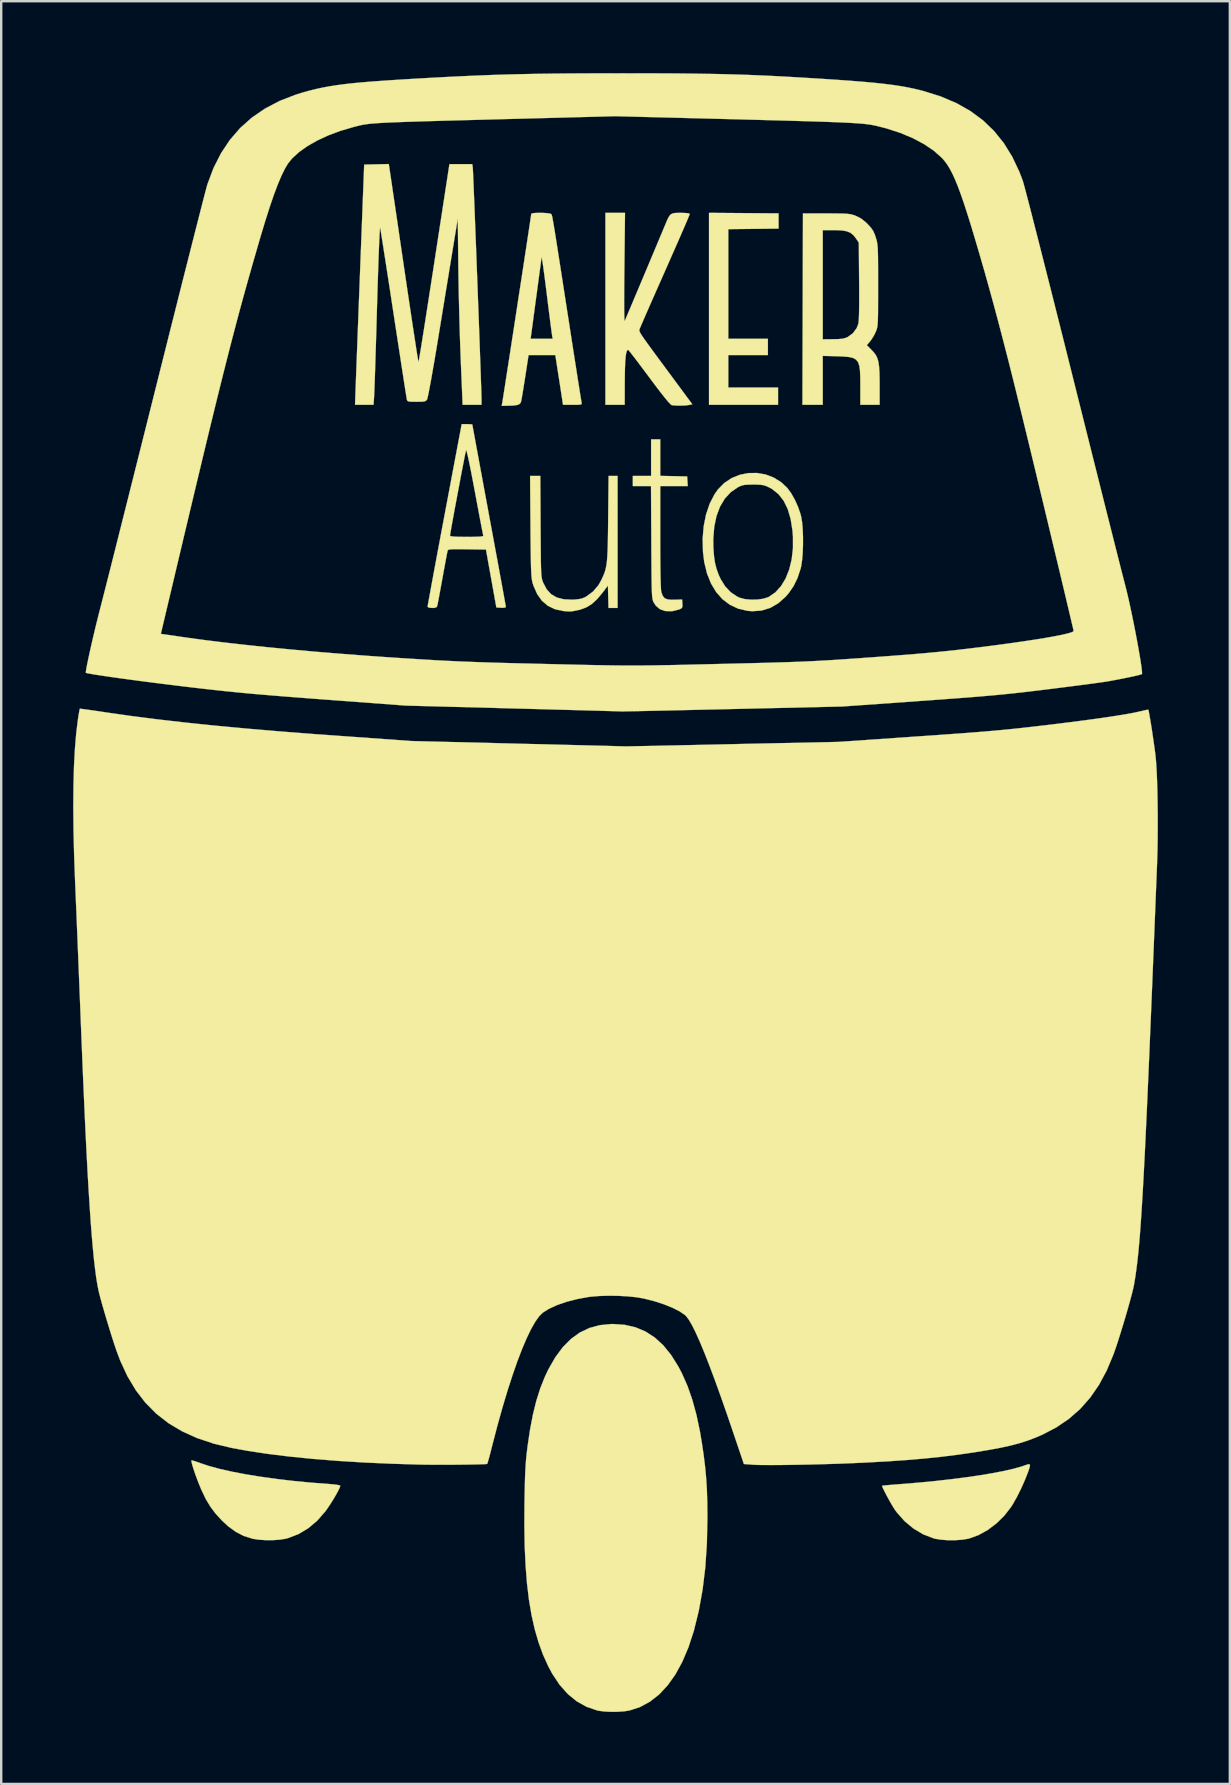
<source format=kicad_pcb>
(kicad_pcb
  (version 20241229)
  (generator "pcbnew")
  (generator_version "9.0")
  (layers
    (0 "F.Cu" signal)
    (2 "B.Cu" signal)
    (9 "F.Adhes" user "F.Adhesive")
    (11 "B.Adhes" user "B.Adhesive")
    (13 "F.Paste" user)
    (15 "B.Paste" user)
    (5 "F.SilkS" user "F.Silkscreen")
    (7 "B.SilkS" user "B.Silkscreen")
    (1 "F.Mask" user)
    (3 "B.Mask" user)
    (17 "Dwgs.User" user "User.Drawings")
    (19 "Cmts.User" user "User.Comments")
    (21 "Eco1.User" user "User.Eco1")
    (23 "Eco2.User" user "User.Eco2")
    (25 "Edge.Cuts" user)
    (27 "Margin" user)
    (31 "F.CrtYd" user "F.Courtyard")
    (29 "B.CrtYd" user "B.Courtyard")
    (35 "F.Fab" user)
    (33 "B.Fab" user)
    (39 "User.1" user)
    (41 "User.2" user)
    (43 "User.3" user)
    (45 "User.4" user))
  (footprint "ma_logo"
    (layer "F.Cu")
    (at 22.606 34.143)
    (property "Reference" "ma_logo" (at 0 0 0) (layer "F.SilkS") (effects (font (size 1.524 1.524) (thickness 0.3))))
    (attr through_hole)
    (fp_poly (pts (xy 6.795 -28.3) (xy 6.795 -27.665) (xy 4.699 -27.642) (xy 4.699 -23.072) (xy 6.35 -23.072) (xy 6.35 -22.394) (xy 4.699 -22.394) (xy 4.699 -21.04) (xy 6.773 -21.04) (xy 6.773 -20.32) (xy 3.895 -20.32) (xy 3.895 -28.322) (xy 6.795 -28.3)) (stroke (width 0.01) (type solid)) (fill yes) (layer "F.SilkS"))
    (fp_poly (pts (xy 1.863 -17.359) (xy 2.424 -17.347) (xy 2.985 -17.335) (xy 2.997 -17.134) (xy 3.01 -16.933) (xy 1.863 -16.933) (xy 1.863 -14.806) (xy 1.864 -14.263) (xy 1.867 -13.787) (xy 1.871 -13.382) (xy 1.878 -13.05) (xy 1.886 -12.795) (xy 1.895 -12.618) (xy 1.907 -12.523) (xy 1.908 -12.517) (xy 1.964 -12.364) (xy 2.039 -12.266) (xy 2.153 -12.214) (xy 2.322 -12.195) (xy 2.447 -12.196) (xy 2.773 -12.206) (xy 2.786 -12.029) (xy 2.788 -11.914) (xy 2.762 -11.851) (xy 2.69 -11.807) (xy 2.659 -11.794) (xy 2.375 -11.72) (xy 2.089 -11.723) (xy 2.061 -11.727) (xy 1.844 -11.805) (xy 1.674 -11.953) (xy 1.587 -12.089) (xy 1.569 -12.128) (xy 1.554 -12.172) (xy 1.541 -12.227) (xy 1.53 -12.302) (xy 1.521 -12.403) (xy 1.514 -12.537) (xy 1.508 -12.711) (xy 1.504 -12.932) (xy 1.5 -13.207) (xy 1.497 -13.544) (xy 1.494 -13.949) (xy 1.491 -14.429) (xy 1.491 -14.594) (xy 1.478 -16.933) (xy 0.72 -16.933) (xy 0.72 -17.357) (xy 1.482 -17.357) (xy 1.482 -18.881) (xy 1.863 -18.881) (xy 1.863 -17.359)) (stroke (width 0.01) (type solid)) (fill yes) (layer "F.SilkS"))
    (fp_poly (pts (xy -17.632 23.68) (xy -17.527 23.711) (xy -17.381 23.761) (xy -17.312 23.787) (xy -16.942 23.911) (xy -16.496 24.032) (xy -15.983 24.147) (xy -15.409 24.257) (xy -14.785 24.358) (xy -14.117 24.451) (xy -13.415 24.533) (xy -12.687 24.603) (xy -11.94 24.66) (xy -11.906 24.663) (xy -11.723 24.679) (xy -11.579 24.699) (xy -11.491 24.72) (xy -11.472 24.734) (xy -11.495 24.807) (xy -11.556 24.935) (xy -11.646 25.1) (xy -11.755 25.288) (xy -11.876 25.481) (xy -11.997 25.663) (xy -12.093 25.797) (xy -12.43 26.184) (xy -12.805 26.502) (xy -13.212 26.746) (xy -13.646 26.913) (xy -13.759 26.943) (xy -13.997 26.981) (xy -14.284 27) (xy -14.589 27) (xy -14.878 26.981) (xy -15.119 26.944) (xy -15.134 26.94) (xy -15.496 26.825) (xy -15.828 26.655) (xy -16.148 26.422) (xy -16.404 26.185) (xy -16.665 25.901) (xy -16.885 25.609) (xy -17.078 25.288) (xy -17.257 24.915) (xy -17.347 24.701) (xy -17.438 24.468) (xy -17.521 24.241) (xy -17.591 24.035) (xy -17.643 23.862) (xy -17.674 23.738) (xy -17.679 23.677) (xy -17.677 23.674) (xy -17.632 23.68)) (stroke (width 0.01) (type solid)) (fill yes) (layer "F.SilkS"))
    (fp_poly (pts (xy 17.274 23.882) (xy 17.254 23.982) (xy 17.197 24.149) (xy 17.185 24.183) (xy 17.052 24.518) (xy 16.896 24.866) (xy 16.73 25.198) (xy 16.566 25.489) (xy 16.489 25.612) (xy 16.206 25.978) (xy 15.875 26.303) (xy 15.51 26.578) (xy 15.127 26.79) (xy 14.738 26.931) (xy 14.69 26.943) (xy 14.44 26.983) (xy 14.147 27.003) (xy 13.84 27.002) (xy 13.55 26.98) (xy 13.305 26.939) (xy 13.262 26.927) (xy 12.825 26.759) (xy 12.415 26.515) (xy 12.041 26.203) (xy 11.712 25.83) (xy 11.664 25.764) (xy 11.589 25.65) (xy 11.499 25.5) (xy 11.402 25.33) (xy 11.306 25.155) (xy 11.221 24.991) (xy 11.154 24.856) (xy 11.116 24.764) (xy 11.11 24.732) (xy 11.154 24.726) (xy 11.269 24.714) (xy 11.442 24.699) (xy 11.66 24.681) (xy 11.91 24.661) (xy 11.933 24.66) (xy 12.646 24.601) (xy 13.337 24.534) (xy 13.997 24.459) (xy 14.621 24.379) (xy 15.2 24.295) (xy 15.728 24.206) (xy 16.197 24.115) (xy 16.6 24.022) (xy 16.93 23.929) (xy 17.083 23.875) (xy 17.192 23.839) (xy 17.255 23.838) (xy 17.274 23.882)) (stroke (width 0.01) (type solid)) (fill yes) (layer "F.SilkS"))
    (fp_poly (pts (xy -3.124 -15.251) (xy -3.121 -14.774) (xy -3.118 -14.375) (xy -3.115 -14.045) (xy -3.112 -13.776) (xy -3.107 -13.561) (xy -3.101 -13.392) (xy -3.093 -13.261) (xy -3.084 -13.161) (xy -3.071 -13.083) (xy -3.056 -13.02) (xy -3.038 -12.964) (xy -3.016 -12.908) (xy -3.011 -12.896) (xy -2.869 -12.628) (xy -2.684 -12.427) (xy -2.45 -12.29) (xy -2.162 -12.215) (xy -1.816 -12.198) (xy -1.757 -12.2) (xy -1.556 -12.217) (xy -1.408 -12.246) (xy -1.283 -12.296) (xy -1.214 -12.334) (xy -0.931 -12.545) (xy -0.707 -12.813) (xy -0.592 -13.019) (xy -0.531 -13.151) (xy -0.479 -13.272) (xy -0.437 -13.392) (xy -0.404 -13.52) (xy -0.377 -13.665) (xy -0.356 -13.836) (xy -0.341 -14.043) (xy -0.329 -14.294) (xy -0.321 -14.599) (xy -0.315 -14.967) (xy -0.309 -15.408) (xy -0.308 -15.589) (xy -0.29 -17.357) (xy 0.085 -17.357) (xy 0.085 -11.853) (xy -0.294 -11.853) (xy -0.306 -12.32) (xy -0.318 -12.786) (xy -0.543 -12.49) (xy -0.767 -12.222) (xy -0.985 -12.022) (xy -1.216 -11.879) (xy -1.48 -11.781) (xy -1.798 -11.716) (xy -1.841 -11.71) (xy -1.929 -11.708) (xy -2.065 -11.715) (xy -2.18 -11.726) (xy -2.525 -11.801) (xy -2.82 -11.942) (xy -3.067 -12.152) (xy -3.267 -12.432) (xy -3.421 -12.782) (xy -3.459 -12.9) (xy -3.475 -12.966) (xy -3.489 -13.046) (xy -3.501 -13.148) (xy -3.511 -13.279) (xy -3.519 -13.446) (xy -3.526 -13.658) (xy -3.531 -13.923) (xy -3.536 -14.247) (xy -3.541 -14.638) (xy -3.545 -15.104) (xy -3.546 -15.251) (xy -3.562 -17.357) (xy -3.136 -17.357) (xy -3.124 -15.251)) (stroke (width 0.01) (type solid)) (fill yes) (layer "F.SilkS"))
    (fp_poly (pts (xy 0.386 18.026) (xy 0.838 18.131) (xy 1.254 18.307) (xy 1.638 18.557) (xy 1.992 18.883) (xy 2.318 19.286) (xy 2.62 19.768) (xy 2.765 20.045) (xy 2.996 20.567) (xy 3.197 21.14) (xy 3.37 21.771) (xy 3.518 22.471) (xy 3.598 22.945) (xy 3.675 23.471) (xy 3.734 23.958) (xy 3.778 24.428) (xy 3.807 24.906) (xy 3.823 25.416) (xy 3.829 25.983) (xy 3.829 26.077) (xy 3.807 27.138) (xy 3.741 28.132) (xy 3.628 29.064) (xy 3.47 29.942) (xy 3.266 30.77) (xy 3.257 30.8) (xy 3.037 31.471) (xy 2.782 32.071) (xy 2.494 32.598) (xy 2.172 33.051) (xy 1.82 33.429) (xy 1.436 33.73) (xy 1.023 33.954) (xy 0.592 34.097) (xy 0.366 34.134) (xy 0.09 34.153) (xy -0.202 34.156) (xy -0.481 34.141) (xy -0.716 34.109) (xy -0.762 34.099) (xy -1.205 33.948) (xy -1.614 33.72) (xy -1.989 33.414) (xy -2.33 33.031) (xy -2.637 32.57) (xy -2.807 32.253) (xy -3.022 31.775) (xy -3.208 31.266) (xy -3.367 30.72) (xy -3.5 30.132) (xy -3.608 29.494) (xy -3.691 28.803) (xy -3.75 28.051) (xy -3.787 27.234) (xy -3.801 26.345) (xy -3.796 25.485) (xy -3.788 25.04) (xy -3.78 24.666) (xy -3.771 24.35) (xy -3.759 24.079) (xy -3.745 23.838) (xy -3.727 23.615) (xy -3.704 23.396) (xy -3.677 23.167) (xy -3.668 23.093) (xy -3.564 22.392) (xy -3.444 21.765) (xy -3.304 21.198) (xy -3.141 20.683) (xy -2.953 20.207) (xy -2.799 19.881) (xy -2.512 19.38) (xy -2.2 18.958) (xy -1.861 18.615) (xy -1.492 18.349) (xy -1.091 18.157) (xy -0.655 18.039) (xy -0.183 17.993) (xy -0.103 17.992) (xy 0.386 18.026)) (stroke (width 0.01) (type solid)) (fill yes) (layer "F.SilkS"))
    (fp_poly (pts (xy 6.256 -17.416) (xy 6.597 -17.286) (xy 6.911 -17.089) (xy 7.155 -16.859) (xy 7.317 -16.64) (xy 7.472 -16.365) (xy 7.608 -16.063) (xy 7.711 -15.763) (xy 7.733 -15.675) (xy 7.774 -15.438) (xy 7.8 -15.144) (xy 7.813 -14.814) (xy 7.813 -14.471) (xy 7.8 -14.137) (xy 7.774 -13.833) (xy 7.735 -13.581) (xy 7.714 -13.492) (xy 7.583 -13.097) (xy 7.42 -12.763) (xy 7.215 -12.468) (xy 7.082 -12.315) (xy 6.776 -12.045) (xy 6.445 -11.855) (xy 6.089 -11.746) (xy 5.706 -11.717) (xy 5.501 -11.733) (xy 5.114 -11.823) (xy 4.765 -11.986) (xy 4.457 -12.218) (xy 4.194 -12.516) (xy 3.978 -12.876) (xy 3.811 -13.294) (xy 3.696 -13.767) (xy 3.644 -14.186) (xy 3.63 -14.734) (xy 4.073 -14.734) (xy 4.077 -14.393) (xy 4.101 -14.039) (xy 4.143 -13.744) (xy 4.209 -13.481) (xy 4.303 -13.225) (xy 4.383 -13.053) (xy 4.568 -12.754) (xy 4.803 -12.507) (xy 5.073 -12.326) (xy 5.177 -12.279) (xy 5.387 -12.223) (xy 5.638 -12.199) (xy 5.902 -12.203) (xy 6.15 -12.237) (xy 6.352 -12.298) (xy 6.386 -12.314) (xy 6.66 -12.503) (xy 6.895 -12.762) (xy 7.089 -13.082) (xy 7.238 -13.456) (xy 7.341 -13.877) (xy 7.394 -14.337) (xy 7.394 -14.83) (xy 7.374 -15.082) (xy 7.298 -15.564) (xy 7.176 -15.976) (xy 7.008 -16.319) (xy 6.792 -16.596) (xy 6.528 -16.808) (xy 6.398 -16.88) (xy 6.276 -16.935) (xy 6.166 -16.97) (xy 6.042 -16.988) (xy 5.877 -16.996) (xy 5.736 -16.997) (xy 5.532 -16.994) (xy 5.387 -16.984) (xy 5.276 -16.961) (xy 5.174 -16.922) (xy 5.099 -16.884) (xy 4.802 -16.68) (xy 4.553 -16.409) (xy 4.354 -16.076) (xy 4.207 -15.683) (xy 4.113 -15.234) (xy 4.073 -14.734) (xy 3.63 -14.734) (xy 3.63 -14.735) (xy 3.674 -15.26) (xy 3.772 -15.751) (xy 3.922 -16.196) (xy 4.123 -16.587) (xy 4.269 -16.795) (xy 4.534 -17.064) (xy 4.841 -17.267) (xy 5.179 -17.404) (xy 5.535 -17.475) (xy 5.897 -17.479) (xy 6.256 -17.416)) (stroke (width 0.01) (type solid)) (fill yes) (layer "F.SilkS"))
    (fp_poly (pts (xy 0.368 -26.024) (xy 0.363 -25.509) (xy 0.36 -25.055) (xy 0.358 -24.666) (xy 0.359 -24.346) (xy 0.362 -24.097) (xy 0.367 -23.924) (xy 0.374 -23.828) (xy 0.381 -23.812) (xy 0.405 -23.866) (xy 0.457 -23.989) (xy 0.534 -24.172) (xy 0.633 -24.405) (xy 0.749 -24.681) (xy 0.879 -24.989) (xy 1.019 -25.32) (xy 1.164 -25.666) (xy 1.312 -26.017) (xy 1.458 -26.365) (xy 1.599 -26.7) (xy 1.73 -27.013) (xy 1.848 -27.295) (xy 1.95 -27.537) (xy 2.03 -27.729) (xy 2.065 -27.813) (xy 2.152 -28.02) (xy 2.222 -28.161) (xy 2.292 -28.25) (xy 2.376 -28.297) (xy 2.491 -28.317) (xy 2.653 -28.321) (xy 2.716 -28.321) (xy 2.885 -28.317) (xy 3.013 -28.305) (xy 3.083 -28.289) (xy 3.09 -28.281) (xy 3.084 -28.254) (xy 3.062 -28.195) (xy 3.024 -28.1) (xy 2.967 -27.965) (xy 2.89 -27.784) (xy 2.79 -27.555) (xy 2.667 -27.271) (xy 2.517 -26.93) (xy 2.339 -26.526) (xy 2.132 -26.056) (xy 1.893 -25.515) (xy 1.767 -25.231) (xy 1.61 -24.876) (xy 1.463 -24.542) (xy 1.33 -24.239) (xy 1.215 -23.975) (xy 1.121 -23.758) (xy 1.051 -23.596) (xy 1.01 -23.498) (xy 1.001 -23.474) (xy 0.994 -23.447) (xy 0.992 -23.419) (xy 0.999 -23.384) (xy 1.02 -23.336) (xy 1.059 -23.268) (xy 1.12 -23.174) (xy 1.206 -23.049) (xy 1.323 -22.886) (xy 1.473 -22.68) (xy 1.662 -22.423) (xy 1.892 -22.111) (xy 2.168 -21.738) (xy 3.201 -20.341) (xy 3.05 -20.312) (xy 2.901 -20.294) (xy 2.711 -20.287) (xy 2.519 -20.29) (xy 2.364 -20.303) (xy 2.342 -20.307) (xy 2.288 -20.346) (xy 2.189 -20.452) (xy 2.045 -20.626) (xy 1.855 -20.867) (xy 1.619 -21.178) (xy 1.411 -21.457) (xy 1.209 -21.728) (xy 1.022 -21.977) (xy 0.857 -22.196) (xy 0.718 -22.376) (xy 0.614 -22.51) (xy 0.549 -22.589) (xy 0.531 -22.608) (xy 0.488 -22.597) (xy 0.453 -22.518) (xy 0.425 -22.367) (xy 0.405 -22.143) (xy 0.392 -21.841) (xy 0.385 -21.459) (xy 0.384 -21.304) (xy 0.381 -20.32) (xy -0.423 -20.32) (xy -0.423 -28.321) (xy 0.394 -28.321) (xy 0.368 -26.024)) (stroke (width 0.01) (type solid)) (fill yes) (layer "F.SilkS"))
    (fp_poly (pts (xy 8.784 -28.298) (xy 9.1 -28.297) (xy 9.343 -28.294) (xy 9.529 -28.289) (xy 9.669 -28.28) (xy 9.777 -28.267) (xy 9.865 -28.247) (xy 9.948 -28.221) (xy 10.012 -28.197) (xy 10.218 -28.095) (xy 10.413 -27.945) (xy 10.507 -27.854) (xy 10.643 -27.705) (xy 10.735 -27.573) (xy 10.804 -27.422) (xy 10.845 -27.299) (xy 10.87 -27.218) (xy 10.89 -27.142) (xy 10.906 -27.061) (xy 10.918 -26.966) (xy 10.928 -26.847) (xy 10.934 -26.695) (xy 10.939 -26.502) (xy 10.941 -26.257) (xy 10.943 -25.953) (xy 10.943 -25.578) (xy 10.943 -25.294) (xy 10.943 -24.871) (xy 10.942 -24.523) (xy 10.941 -24.242) (xy 10.938 -24.019) (xy 10.933 -23.846) (xy 10.926 -23.714) (xy 10.916 -23.613) (xy 10.903 -23.535) (xy 10.886 -23.471) (xy 10.865 -23.412) (xy 10.848 -23.368) (xy 10.767 -23.203) (xy 10.667 -23.042) (xy 10.612 -22.97) (xy 10.473 -22.806) (xy 10.673 -22.605) (xy 10.776 -22.494) (xy 10.855 -22.383) (xy 10.914 -22.26) (xy 10.956 -22.111) (xy 10.983 -21.924) (xy 10.999 -21.686) (xy 11.006 -21.386) (xy 11.007 -21.138) (xy 11.007 -20.32) (xy 10.202 -20.32) (xy 10.202 -21.105) (xy 10.2 -21.457) (xy 10.189 -21.733) (xy 10.16 -21.944) (xy 10.108 -22.098) (xy 10.023 -22.205) (xy 9.9 -22.273) (xy 9.731 -22.313) (xy 9.508 -22.334) (xy 9.223 -22.344) (xy 9.218 -22.345) (xy 8.636 -22.36) (xy 8.636 -20.32) (xy 7.789 -20.32) (xy 7.8 -24.31) (xy 7.809 -27.601) (xy 8.636 -27.601) (xy 8.636 -25.326) (xy 8.636 -23.05) (xy 9.07 -23.055) (xy 9.288 -23.06) (xy 9.444 -23.074) (xy 9.563 -23.1) (xy 9.666 -23.142) (xy 9.681 -23.15) (xy 9.892 -23.303) (xy 10.048 -23.515) (xy 10.116 -23.686) (xy 10.13 -23.77) (xy 10.141 -23.918) (xy 10.149 -24.132) (xy 10.153 -24.417) (xy 10.155 -24.777) (xy 10.154 -25.215) (xy 10.152 -25.467) (xy 10.139 -27.078) (xy 10.022 -27.254) (xy 9.913 -27.393) (xy 9.789 -27.491) (xy 9.633 -27.554) (xy 9.428 -27.589) (xy 9.16 -27.601) (xy 9.103 -27.601) (xy 8.636 -27.601) (xy 7.809 -27.601) (xy 7.811 -28.3) (xy 8.784 -28.298)) (stroke (width 0.01) (type solid)) (fill yes) (layer "F.SilkS"))
    (fp_poly (pts (xy -6.067 -19.512) (xy -5.986 -19.503) (xy -5.969 -19.495) (xy -5.961 -19.451) (xy -5.94 -19.33) (xy -5.904 -19.138) (xy -5.857 -18.88) (xy -5.799 -18.562) (xy -5.73 -18.191) (xy -5.653 -17.771) (xy -5.567 -17.31) (xy -5.476 -16.813) (xy -5.378 -16.285) (xy -5.276 -15.734) (xy -5.271 -15.706) (xy -5.168 -15.152) (xy -5.07 -14.622) (xy -4.978 -14.122) (xy -4.892 -13.657) (xy -4.814 -13.233) (xy -4.745 -12.857) (xy -4.686 -12.534) (xy -4.638 -12.27) (xy -4.603 -12.071) (xy -4.58 -11.944) (xy -4.572 -11.893) (xy -4.572 -11.893) (xy -4.611 -11.868) (xy -4.714 -11.859) (xy -4.77 -11.862) (xy -4.968 -11.874) (xy -5.401 -14.287) (xy -6.19 -14.299) (xy -6.468 -14.302) (xy -6.672 -14.303) (xy -6.815 -14.3) (xy -6.908 -14.292) (xy -6.963 -14.278) (xy -6.99 -14.258) (xy -7 -14.236) (xy -7.014 -14.175) (xy -7.04 -14.043) (xy -7.076 -13.851) (xy -7.12 -13.612) (xy -7.171 -13.338) (xy -7.217 -13.081) (xy -7.271 -12.786) (xy -7.321 -12.516) (xy -7.364 -12.283) (xy -7.399 -12.099) (xy -7.424 -11.976) (xy -7.434 -11.927) (xy -7.473 -11.878) (xy -7.562 -11.856) (xy -7.644 -11.853) (xy -7.775 -11.865) (xy -7.832 -11.898) (xy -7.834 -11.906) (xy -7.827 -11.955) (xy -7.805 -12.08) (xy -7.769 -12.278) (xy -7.721 -12.54) (xy -7.662 -12.862) (xy -7.593 -13.237) (xy -7.514 -13.659) (xy -7.428 -14.124) (xy -7.334 -14.623) (xy -7.289 -14.866) (xy -6.9 -14.866) (xy -6.873 -14.846) (xy -6.786 -14.832) (xy -6.633 -14.822) (xy -6.407 -14.818) (xy -6.197 -14.817) (xy -5.928 -14.818) (xy -5.733 -14.823) (xy -5.605 -14.832) (xy -5.535 -14.845) (xy -5.512 -14.864) (xy -5.513 -14.87) (xy -5.525 -14.921) (xy -5.55 -15.047) (xy -5.587 -15.239) (xy -5.635 -15.487) (xy -5.691 -15.784) (xy -5.754 -16.119) (xy -5.823 -16.485) (xy -5.866 -16.715) (xy -5.949 -17.157) (xy -6.023 -17.54) (xy -6.088 -17.86) (xy -6.141 -18.113) (xy -6.184 -18.295) (xy -6.213 -18.403) (xy -6.23 -18.431) (xy -6.231 -18.429) (xy -6.244 -18.374) (xy -6.271 -18.246) (xy -6.309 -18.057) (xy -6.356 -17.816) (xy -6.41 -17.536) (xy -6.469 -17.225) (xy -6.531 -16.896) (xy -6.595 -16.559) (xy -6.657 -16.225) (xy -6.717 -15.905) (xy -6.771 -15.609) (xy -6.819 -15.348) (xy -6.857 -15.132) (xy -6.884 -14.974) (xy -6.899 -14.882) (xy -6.9 -14.866) (xy -7.289 -14.866) (xy -7.235 -15.153) (xy -7.131 -15.706) (xy -7.125 -15.737) (xy -6.413 -19.515) (xy -6.191 -19.515) (xy -6.067 -19.512)) (stroke (width 0.01) (type solid)) (fill yes) (layer "F.SilkS"))
    (fp_poly (pts (xy -3.072 -28.321) (xy -2.915 -28.314) (xy -2.782 -28.3) (xy -2.696 -28.28) (xy -2.678 -28.268) (xy -2.671 -28.257) (xy -2.663 -28.242) (xy -2.655 -28.217) (xy -2.645 -28.178) (xy -2.632 -28.12) (xy -2.617 -28.038) (xy -2.597 -27.928) (xy -2.573 -27.785) (xy -2.543 -27.605) (xy -2.507 -27.382) (xy -2.464 -27.112) (xy -2.414 -26.791) (xy -2.355 -26.413) (xy -2.286 -25.974) (xy -2.208 -25.47) (xy -2.119 -24.895) (xy -2.018 -24.245) (xy -1.924 -23.643) (xy -1.846 -23.137) (xy -1.771 -22.653) (xy -1.7 -22.199) (xy -1.634 -21.781) (xy -1.576 -21.406) (xy -1.524 -21.081) (xy -1.482 -20.813) (xy -1.449 -20.608) (xy -1.427 -20.474) (xy -1.417 -20.416) (xy -1.417 -20.415) (xy -1.41 -20.371) (xy -1.425 -20.343) (xy -1.476 -20.328) (xy -1.578 -20.321) (xy -1.747 -20.32) (xy -1.792 -20.32) (xy -2.189 -20.32) (xy -2.259 -20.775) (xy -2.294 -21.002) (xy -2.336 -21.276) (xy -2.381 -21.563) (xy -2.42 -21.812) (xy -2.511 -22.394) (xy -3.625 -22.394) (xy -3.764 -21.495) (xy -3.807 -21.221) (xy -3.848 -20.968) (xy -3.883 -20.751) (xy -3.912 -20.585) (xy -3.93 -20.484) (xy -3.934 -20.468) (xy -3.965 -20.391) (xy -4.024 -20.339) (xy -4.127 -20.307) (xy -4.288 -20.289) (xy -4.48 -20.283) (xy -4.748 -20.278) (xy -4.724 -20.394) (xy -4.714 -20.454) (xy -4.692 -20.59) (xy -4.66 -20.793) (xy -4.618 -21.058) (xy -4.569 -21.378) (xy -4.512 -21.744) (xy -4.449 -22.15) (xy -4.381 -22.589) (xy -4.31 -23.053) (xy -4.307 -23.072) (xy -3.54 -23.072) (xy -2.618 -23.072) (xy -2.641 -23.188) (xy -2.651 -23.255) (xy -2.671 -23.396) (xy -2.698 -23.602) (xy -2.731 -23.862) (xy -2.77 -24.166) (xy -2.813 -24.504) (xy -2.858 -24.868) (xy -2.866 -24.934) (xy -2.911 -25.291) (xy -2.953 -25.617) (xy -2.991 -25.903) (xy -3.024 -26.14) (xy -3.051 -26.322) (xy -3.07 -26.438) (xy -3.08 -26.482) (xy -3.081 -26.48) (xy -3.089 -26.42) (xy -3.108 -26.286) (xy -3.134 -26.087) (xy -3.169 -25.833) (xy -3.209 -25.533) (xy -3.254 -25.197) (xy -3.303 -24.835) (xy -3.317 -24.733) (xy -3.54 -23.072) (xy -4.307 -23.072) (xy -4.235 -23.536) (xy -4.159 -24.031) (xy -4.083 -24.53) (xy -4.007 -25.026) (xy -3.932 -25.512) (xy -3.86 -25.981) (xy -3.792 -26.427) (xy -3.729 -26.84) (xy -3.672 -27.216) (xy -3.622 -27.546) (xy -3.58 -27.824) (xy -3.548 -28.041) (xy -3.525 -28.193) (xy -3.515 -28.27) (xy -3.514 -28.278) (xy -3.475 -28.3) (xy -3.374 -28.315) (xy -3.233 -28.322) (xy -3.072 -28.321)) (stroke (width 0.01) (type solid)) (fill yes) (layer "F.SilkS"))
    (fp_poly (pts (xy -9.43 -30.217) (xy -9.421 -30.156) (xy -9.4 -30.017) (xy -9.369 -29.806) (xy -9.328 -29.53) (xy -9.279 -29.193) (xy -9.221 -28.804) (xy -9.157 -28.366) (xy -9.086 -27.887) (xy -9.011 -27.372) (xy -8.931 -26.828) (xy -8.847 -26.26) (xy -8.822 -26.088) (xy -8.738 -25.518) (xy -8.657 -24.972) (xy -8.58 -24.456) (xy -8.508 -23.976) (xy -8.442 -23.538) (xy -8.382 -23.147) (xy -8.33 -22.809) (xy -8.287 -22.53) (xy -8.252 -22.315) (xy -8.228 -22.171) (xy -8.215 -22.103) (xy -8.213 -22.098) (xy -8.204 -22.139) (xy -8.183 -22.258) (xy -8.151 -22.449) (xy -8.108 -22.708) (xy -8.057 -23.027) (xy -7.997 -23.402) (xy -7.93 -23.826) (xy -7.857 -24.295) (xy -7.778 -24.802) (xy -7.694 -25.343) (xy -7.606 -25.91) (xy -7.558 -26.226) (xy -6.924 -30.353) (xy -6.448 -30.353) (xy -5.973 -30.353) (xy -5.952 -30.215) (xy -5.948 -30.157) (xy -5.941 -30.021) (xy -5.932 -29.814) (xy -5.92 -29.541) (xy -5.907 -29.211) (xy -5.891 -28.828) (xy -5.874 -28.401) (xy -5.856 -27.936) (xy -5.837 -27.438) (xy -5.816 -26.916) (xy -5.796 -26.374) (xy -5.775 -25.821) (xy -5.753 -25.263) (xy -5.733 -24.705) (xy -5.712 -24.156) (xy -5.692 -23.62) (xy -5.673 -23.106) (xy -5.656 -22.619) (xy -5.64 -22.167) (xy -5.625 -21.755) (xy -5.613 -21.391) (xy -5.602 -21.081) (xy -5.594 -20.831) (xy -5.589 -20.649) (xy -5.587 -20.54) (xy -5.587 -20.521) (xy -5.588 -20.32) (xy -6.374 -20.32) (xy -6.452 -22.193) (xy -6.47 -22.665) (xy -6.488 -23.199) (xy -6.505 -23.773) (xy -6.52 -24.364) (xy -6.534 -24.95) (xy -6.544 -25.508) (xy -6.552 -26.016) (xy -6.553 -26.077) (xy -6.576 -28.088) (xy -6.78 -26.839) (xy -6.827 -26.555) (xy -6.885 -26.201) (xy -6.952 -25.789) (xy -7.027 -25.332) (xy -7.107 -24.845) (xy -7.19 -24.339) (xy -7.273 -23.828) (xy -7.356 -23.325) (xy -7.39 -23.114) (xy -7.469 -22.636) (xy -7.544 -22.191) (xy -7.615 -21.785) (xy -7.678 -21.424) (xy -7.735 -21.116) (xy -7.782 -20.866) (xy -7.82 -20.683) (xy -7.846 -20.572) (xy -7.857 -20.542) (xy -7.894 -20.497) (xy -7.944 -20.468) (xy -8.028 -20.453) (xy -8.164 -20.448) (xy -8.298 -20.447) (xy -8.478 -20.448) (xy -8.592 -20.455) (xy -8.655 -20.471) (xy -8.685 -20.501) (xy -8.699 -20.542) (xy -8.708 -20.598) (xy -8.73 -20.731) (xy -8.762 -20.935) (xy -8.804 -21.203) (xy -8.854 -21.53) (xy -8.913 -21.909) (xy -8.978 -22.333) (xy -9.049 -22.796) (xy -9.125 -23.291) (xy -9.205 -23.813) (xy -9.25 -24.109) (xy -9.332 -24.643) (xy -9.41 -25.156) (xy -9.485 -25.64) (xy -9.554 -26.088) (xy -9.618 -26.496) (xy -9.674 -26.855) (xy -9.722 -27.16) (xy -9.761 -27.404) (xy -9.79 -27.581) (xy -9.808 -27.683) (xy -9.812 -27.706) (xy -9.819 -27.685) (xy -9.827 -27.585) (xy -9.837 -27.412) (xy -9.848 -27.172) (xy -9.861 -26.871) (xy -9.875 -26.515) (xy -9.889 -26.108) (xy -9.904 -25.658) (xy -9.92 -25.171) (xy -9.935 -24.651) (xy -9.941 -24.468) (xy -9.956 -23.93) (xy -9.971 -23.41) (xy -9.986 -22.913) (xy -10.001 -22.448) (xy -10.014 -22.022) (xy -10.026 -21.641) (xy -10.038 -21.314) (xy -10.047 -21.048) (xy -10.055 -20.85) (xy -10.061 -20.728) (xy -10.061 -20.712) (xy -10.087 -20.32) (xy -10.858 -20.32) (xy -10.844 -20.733) (xy -10.841 -20.831) (xy -10.834 -21.007) (xy -10.825 -21.256) (xy -10.813 -21.572) (xy -10.799 -21.947) (xy -10.782 -22.377) (xy -10.764 -22.854) (xy -10.744 -23.374) (xy -10.723 -23.929) (xy -10.701 -24.514) (xy -10.677 -25.122) (xy -10.654 -25.739) (xy -10.477 -30.332) (xy -9.452 -30.356) (xy -9.43 -30.217)) (stroke (width 0.01) (type solid)) (fill yes) (layer "F.SilkS"))
    (fp_poly (pts (xy -22.287 -7.651) (xy -22.172 -7.636) (xy -21.995 -7.612) (xy -21.767 -7.58) (xy -21.499 -7.541) (xy -21.204 -7.496) (xy -20.209 -7.354) (xy -19.136 -7.216) (xy -17.984 -7.083) (xy -16.753 -6.955) (xy -15.441 -6.832) (xy -14.047 -6.713) (xy -12.569 -6.598) (xy -12.052 -6.561) (xy -8.53 -6.308) (xy -4.043 -6.196) (xy 0.445 -6.083) (xy 9.292 -6.271) (xy 12.636 -6.502) (xy 13.294 -6.547) (xy 13.877 -6.589) (xy 14.396 -6.626) (xy 14.861 -6.662) (xy 15.282 -6.695) (xy 15.67 -6.728) (xy 16.035 -6.761) (xy 16.388 -6.795) (xy 16.737 -6.831) (xy 17.094 -6.87) (xy 17.469 -6.913) (xy 17.872 -6.96) (xy 18.098 -6.987) (xy 18.889 -7.085) (xy 19.597 -7.176) (xy 20.222 -7.262) (xy 20.763 -7.342) (xy 21.221 -7.416) (xy 21.595 -7.484) (xy 21.884 -7.547) (xy 21.944 -7.561) (xy 22.077 -7.593) (xy 22.172 -7.611) (xy 22.205 -7.612) (xy 22.219 -7.564) (xy 22.242 -7.446) (xy 22.273 -7.272) (xy 22.309 -7.056) (xy 22.348 -6.812) (xy 22.387 -6.553) (xy 22.425 -6.294) (xy 22.46 -6.049) (xy 22.489 -5.831) (xy 22.503 -5.715) (xy 22.529 -5.441) (xy 22.551 -5.095) (xy 22.569 -4.689) (xy 22.583 -4.237) (xy 22.592 -3.75) (xy 22.598 -3.242) (xy 22.598 -2.725) (xy 22.595 -2.212) (xy 22.586 -1.715) (xy 22.572 -1.246) (xy 22.569 -1.163) (xy 22.513 0.235) (xy 22.46 1.552) (xy 22.41 2.79) (xy 22.363 3.952) (xy 22.318 5.041) (xy 22.275 6.059) (xy 22.235 7.009) (xy 22.196 7.895) (xy 22.16 8.718) (xy 22.125 9.482) (xy 22.092 10.19) (xy 22.06 10.844) (xy 22.029 11.448) (xy 22 12.003) (xy 21.971 12.513) (xy 21.943 12.981) (xy 21.916 13.41) (xy 21.889 13.802) (xy 21.863 14.16) (xy 21.837 14.487) (xy 21.81 14.786) (xy 21.784 15.059) (xy 21.757 15.31) (xy 21.73 15.541) (xy 21.702 15.756) (xy 21.674 15.956) (xy 21.645 16.145) (xy 21.614 16.325) (xy 21.608 16.362) (xy 21.572 16.53) (xy 21.514 16.763) (xy 21.437 17.048) (xy 21.347 17.369) (xy 21.248 17.711) (xy 21.143 18.061) (xy 21.037 18.404) (xy 20.936 18.725) (xy 20.841 19.009) (xy 20.759 19.241) (xy 20.752 19.262) (xy 20.469 19.934) (xy 20.146 20.534) (xy 19.779 21.065) (xy 19.364 21.534) (xy 18.898 21.943) (xy 18.374 22.299) (xy 17.79 22.604) (xy 17.493 22.731) (xy 17.168 22.854) (xy 16.835 22.96) (xy 16.476 23.055) (xy 16.071 23.144) (xy 15.602 23.232) (xy 15.557 23.24) (xy 14.902 23.348) (xy 14.246 23.442) (xy 13.579 23.525) (xy 12.886 23.597) (xy 12.155 23.659) (xy 11.374 23.714) (xy 10.53 23.761) (xy 9.906 23.79) (xy 9.491 23.807) (xy 9.052 23.822) (xy 8.6 23.835) (xy 8.145 23.847) (xy 7.698 23.856) (xy 7.27 23.863) (xy 6.871 23.868) (xy 6.512 23.87) (xy 6.203 23.869) (xy 5.955 23.866) (xy 5.78 23.859) (xy 5.754 23.857) (xy 5.349 23.827) (xy 4.953 22.656) (xy 4.66 21.795) (xy 4.387 21.015) (xy 4.135 20.317) (xy 3.903 19.699) (xy 3.692 19.161) (xy 3.5 18.702) (xy 3.329 18.323) (xy 3.177 18.021) (xy 3.045 17.798) (xy 2.932 17.652) (xy 2.895 17.618) (xy 2.666 17.462) (xy 2.365 17.31) (xy 2.005 17.166) (xy 1.6 17.036) (xy 1.172 16.928) (xy 0.869 16.876) (xy 0.507 16.839) (xy 0.111 16.817) (xy -0.294 16.812) (xy -0.682 16.824) (xy -1.03 16.853) (xy -1.125 16.865) (xy -1.599 16.952) (xy -2.042 17.066) (xy -2.44 17.203) (xy -2.779 17.359) (xy -3.027 17.514) (xy -3.181 17.665) (xy -3.346 17.897) (xy -3.522 18.205) (xy -3.706 18.587) (xy -3.898 19.038) (xy -4.096 19.556) (xy -4.298 20.136) (xy -4.505 20.776) (xy -4.713 21.471) (xy -4.922 22.218) (xy -5.13 23.015) (xy -5.181 23.216) (xy -5.235 23.427) (xy -5.283 23.607) (xy -5.322 23.741) (xy -5.346 23.814) (xy -5.35 23.822) (xy -5.398 23.829) (xy -5.519 23.835) (xy -5.701 23.841) (xy -5.934 23.846) (xy -6.205 23.851) (xy -6.504 23.854) (xy -6.818 23.857) (xy -7.136 23.858) (xy -7.447 23.858) (xy -7.74 23.856) (xy -8.002 23.853) (xy -8.128 23.851) (xy -9.327 23.815) (xy -10.479 23.764) (xy -11.578 23.696) (xy -12.62 23.613) (xy -13.598 23.515) (xy -14.508 23.403) (xy -15.344 23.276) (xy -15.992 23.158) (xy -16.751 22.977) (xy -17.443 22.745) (xy -18.071 22.461) (xy -18.637 22.123) (xy -19.144 21.727) (xy -19.595 21.272) (xy -19.993 20.755) (xy -20.341 20.174) (xy -20.642 19.527) (xy -20.805 19.093) (xy -20.893 18.831) (xy -20.992 18.526) (xy -21.095 18.195) (xy -21.199 17.852) (xy -21.299 17.515) (xy -21.39 17.199) (xy -21.468 16.92) (xy -21.526 16.695) (xy -21.552 16.586) (xy -21.6 16.337) (xy -21.648 16.04) (xy -21.694 15.692) (xy -21.74 15.292) (xy -21.785 14.836) (xy -21.83 14.322) (xy -21.874 13.747) (xy -21.918 13.109) (xy -21.962 12.405) (xy -22.007 11.634) (xy -22.051 10.791) (xy -22.097 9.876) (xy -22.142 8.885) (xy -22.189 7.816) (xy -22.237 6.666) (xy -22.267 5.927) (xy -22.293 5.275) (xy -22.319 4.609) (xy -22.346 3.938) (xy -22.373 3.271) (xy -22.399 2.62) (xy -22.425 1.993) (xy -22.449 1.401) (xy -22.471 0.853) (xy -22.492 0.36) (xy -22.51 -0.069) (xy -22.525 -0.424) (xy -22.526 -0.445) (xy -22.567 -1.558) (xy -22.592 -2.597) (xy -22.601 -3.561) (xy -22.594 -4.449) (xy -22.572 -5.258) (xy -22.533 -5.989) (xy -22.478 -6.64) (xy -22.408 -7.209) (xy -22.39 -7.324) (xy -22.365 -7.477) (xy -22.344 -7.593) (xy -22.331 -7.651) (xy -22.33 -7.653) (xy -22.287 -7.651)) (stroke (width 0.01) (type solid)) (fill yes) (layer "F.SilkS"))
    (fp_poly (pts (xy 1.135 -34.137) (xy 1.899 -34.135) (xy 2.599 -34.131) (xy 3.246 -34.124) (xy 3.849 -34.115) (xy 4.42 -34.104) (xy 4.969 -34.089) (xy 5.506 -34.072) (xy 6.041 -34.05) (xy 6.585 -34.025) (xy 7.148 -33.995) (xy 7.741 -33.961) (xy 8.375 -33.922) (xy 8.615 -33.907) (xy 9.27 -33.864) (xy 9.849 -33.822) (xy 10.361 -33.781) (xy 10.813 -33.739) (xy 11.214 -33.696) (xy 11.572 -33.65) (xy 11.897 -33.601) (xy 12.196 -33.547) (xy 12.478 -33.487) (xy 12.751 -33.421) (xy 12.848 -33.395) (xy 13.562 -33.17) (xy 14.209 -32.894) (xy 14.793 -32.563) (xy 15.315 -32.177) (xy 15.777 -31.732) (xy 16.183 -31.228) (xy 16.533 -30.661) (xy 16.832 -30.03) (xy 16.974 -29.654) (xy 16.998 -29.575) (xy 17.041 -29.417) (xy 17.103 -29.185) (xy 17.182 -28.884) (xy 17.277 -28.519) (xy 17.386 -28.092) (xy 17.51 -27.608) (xy 17.647 -27.073) (xy 17.795 -26.489) (xy 17.954 -25.862) (xy 18.123 -25.195) (xy 18.3 -24.493) (xy 18.485 -23.759) (xy 18.676 -23) (xy 18.872 -22.217) (xy 19.05 -21.505) (xy 19.252 -20.697) (xy 19.452 -19.901) (xy 19.647 -19.123) (xy 19.836 -18.367) (xy 20.019 -17.638) (xy 20.194 -16.94) (xy 20.36 -16.279) (xy 20.516 -15.659) (xy 20.661 -15.085) (xy 20.793 -14.561) (xy 20.911 -14.093) (xy 21.015 -13.684) (xy 21.102 -13.34) (xy 21.173 -13.065) (xy 21.225 -12.864) (xy 21.251 -12.764) (xy 21.312 -12.52) (xy 21.379 -12.233) (xy 21.45 -11.914) (xy 21.522 -11.572) (xy 21.595 -11.218) (xy 21.665 -10.861) (xy 21.731 -10.511) (xy 21.792 -10.178) (xy 21.845 -9.872) (xy 21.889 -9.604) (xy 21.921 -9.382) (xy 21.94 -9.217) (xy 21.945 -9.119) (xy 21.939 -9.097) (xy 21.886 -9.077) (xy 21.763 -9.045) (xy 21.585 -9.004) (xy 21.363 -8.957) (xy 21.113 -8.906) (xy 20.848 -8.855) (xy 20.581 -8.806) (xy 20.462 -8.786) (xy 20.341 -8.767) (xy 20.146 -8.739) (xy 19.888 -8.704) (xy 19.577 -8.663) (xy 19.222 -8.617) (xy 18.834 -8.567) (xy 18.424 -8.515) (xy 18.028 -8.465) (xy 17.615 -8.415) (xy 17.235 -8.369) (xy 16.878 -8.328) (xy 16.532 -8.29) (xy 16.189 -8.255) (xy 15.836 -8.221) (xy 15.465 -8.188) (xy 15.065 -8.154) (xy 14.626 -8.119) (xy 14.136 -8.082) (xy 13.587 -8.041) (xy 12.967 -7.996) (xy 12.722 -7.979) (xy 9.463 -7.747) (xy 4.869 -7.641) (xy 4.253 -7.627) (xy 3.66 -7.614) (xy 3.097 -7.601) (xy 2.569 -7.589) (xy 2.081 -7.578) (xy 1.639 -7.569) (xy 1.248 -7.56) (xy 0.914 -7.553) (xy 0.642 -7.548) (xy 0.438 -7.544) (xy 0.307 -7.542) (xy 0.255 -7.541) (xy 0.254 -7.541) (xy 0.21 -7.543) (xy 0.086 -7.547) (xy -0.111 -7.553) (xy -0.376 -7.56) (xy -0.703 -7.57) (xy -1.088 -7.58) (xy -1.524 -7.592) (xy -2.005 -7.605) (xy -2.527 -7.619) (xy -3.084 -7.634) (xy -3.67 -7.65) (xy -4.255 -7.665) (xy -8.742 -7.784) (xy -12.171 -8.04) (xy -12.868 -8.093) (xy -13.492 -8.141) (xy -14.054 -8.185) (xy -14.563 -8.227) (xy -15.033 -8.267) (xy -15.472 -8.307) (xy -15.893 -8.348) (xy -16.306 -8.39) (xy -16.722 -8.435) (xy -17.153 -8.483) (xy -17.609 -8.536) (xy -17.907 -8.571) (xy -18.404 -8.632) (xy -18.898 -8.693) (xy -19.382 -8.754) (xy -19.849 -8.815) (xy -20.29 -8.874) (xy -20.7 -8.93) (xy -21.07 -8.982) (xy -21.393 -9.03) (xy -21.663 -9.071) (xy -21.871 -9.106) (xy -22.011 -9.132) (xy -22.075 -9.15) (xy -22.078 -9.152) (xy -22.077 -9.2) (xy -22.058 -9.32) (xy -22.024 -9.502) (xy -21.976 -9.734) (xy -21.917 -10.006) (xy -21.85 -10.308) (xy -21.776 -10.628) (xy -21.741 -10.774) (xy -18.953 -10.774) (xy -17.869 -10.617) (xy -17.136 -10.517) (xy -16.329 -10.417) (xy -15.457 -10.318) (xy -14.532 -10.22) (xy -13.562 -10.126) (xy -12.559 -10.035) (xy -11.532 -9.95) (xy -10.492 -9.87) (xy -9.483 -9.799) (xy -8.892 -9.76) (xy -8.362 -9.727) (xy -7.878 -9.697) (xy -7.429 -9.671) (xy -7.001 -9.649) (xy -6.582 -9.629) (xy -6.159 -9.611) (xy -5.718 -9.595) (xy -5.248 -9.579) (xy -4.735 -9.564) (xy -4.166 -9.549) (xy -3.53 -9.534) (xy -3.344 -9.529) (xy -2.683 -9.513) (xy -2.098 -9.499) (xy -1.579 -9.487) (xy -1.117 -9.477) (xy -0.702 -9.468) (xy -0.327 -9.462) (xy 0.02 -9.457) (xy 0.346 -9.454) (xy 0.661 -9.453) (xy 0.974 -9.454) (xy 1.295 -9.456) (xy 1.632 -9.46) (xy 1.995 -9.467) (xy 2.394 -9.474) (xy 2.836 -9.484) (xy 3.332 -9.496) (xy 3.89 -9.509) (xy 4.52 -9.524) (xy 4.568 -9.525) (xy 5.219 -9.541) (xy 5.796 -9.555) (xy 6.308 -9.569) (xy 6.766 -9.582) (xy 7.181 -9.595) (xy 7.561 -9.608) (xy 7.918 -9.623) (xy 8.261 -9.639) (xy 8.601 -9.657) (xy 8.948 -9.677) (xy 9.312 -9.7) (xy 9.703 -9.727) (xy 10.131 -9.756) (xy 10.607 -9.791) (xy 10.748 -9.801) (xy 11.392 -9.848) (xy 11.965 -9.892) (xy 12.48 -9.933) (xy 12.95 -9.974) (xy 13.391 -10.015) (xy 13.814 -10.058) (xy 14.233 -10.103) (xy 14.662 -10.153) (xy 15.115 -10.208) (xy 15.261 -10.226) (xy 15.885 -10.306) (xy 16.466 -10.385) (xy 17.001 -10.462) (xy 17.486 -10.535) (xy 17.915 -10.605) (xy 18.285 -10.671) (xy 18.59 -10.731) (xy 18.828 -10.786) (xy 18.992 -10.833) (xy 19.079 -10.873) (xy 19.092 -10.892) (xy 19.083 -10.94) (xy 19.055 -11.064) (xy 19.009 -11.258) (xy 18.949 -11.516) (xy 18.874 -11.832) (xy 18.787 -12.199) (xy 18.689 -12.613) (xy 18.581 -13.066) (xy 18.465 -13.552) (xy 18.342 -14.066) (xy 18.214 -14.601) (xy 18.082 -15.151) (xy 17.948 -15.711) (xy 17.813 -16.273) (xy 17.678 -16.832) (xy 17.546 -17.382) (xy 17.417 -17.917) (xy 17.293 -18.43) (xy 17.175 -18.916) (xy 17.065 -19.368) (xy 17.014 -19.579) (xy 16.776 -20.549) (xy 16.554 -21.445) (xy 16.344 -22.279) (xy 16.143 -23.058) (xy 15.95 -23.794) (xy 15.762 -24.496) (xy 15.576 -25.174) (xy 15.39 -25.838) (xy 15.2 -26.497) (xy 15.199 -26.501) (xy 15.005 -27.161) (xy 14.83 -27.745) (xy 14.67 -28.258) (xy 14.525 -28.705) (xy 14.391 -29.093) (xy 14.267 -29.427) (xy 14.15 -29.713) (xy 14.039 -29.956) (xy 13.93 -30.162) (xy 13.822 -30.337) (xy 13.713 -30.485) (xy 13.603 -30.611) (xy 13.271 -30.907) (xy 12.865 -31.183) (xy 12.394 -31.434) (xy 11.865 -31.655) (xy 11.288 -31.842) (xy 10.882 -31.945) (xy 10.791 -31.965) (xy 10.698 -31.983) (xy 10.597 -32) (xy 10.483 -32.016) (xy 10.353 -32.03) (xy 10.201 -32.044) (xy 10.024 -32.057) (xy 9.816 -32.07) (xy 9.573 -32.082) (xy 9.291 -32.095) (xy 8.965 -32.108) (xy 8.59 -32.121) (xy 8.162 -32.135) (xy 7.676 -32.149) (xy 7.129 -32.165) (xy 6.514 -32.181) (xy 5.828 -32.2) (xy 5.066 -32.22) (xy 4.28 -32.24) (xy -0.012 -32.35) (xy -3.382 -32.261) (xy -4.27 -32.238) (xy -5.077 -32.217) (xy -5.808 -32.197) (xy -6.467 -32.18) (xy -7.059 -32.164) (xy -7.587 -32.149) (xy -8.055 -32.135) (xy -8.468 -32.122) (xy -8.831 -32.11) (xy -9.147 -32.098) (xy -9.42 -32.087) (xy -9.656 -32.076) (xy -9.857 -32.064) (xy -10.028 -32.052) (xy -10.174 -32.04) (xy -10.299 -32.027) (xy -10.406 -32.013) (xy -10.501 -31.998) (xy -10.587 -31.981) (xy -10.668 -31.963) (xy -10.75 -31.943) (xy -10.835 -31.921) (xy -10.928 -31.897) (xy -10.929 -31.897) (xy -11.464 -31.74) (xy -11.966 -31.553) (xy -12.428 -31.339) (xy -12.841 -31.104) (xy -13.194 -30.853) (xy -13.479 -30.592) (xy -13.648 -30.384) (xy -13.781 -30.163) (xy -13.923 -29.874) (xy -14.075 -29.515) (xy -14.238 -29.082) (xy -14.412 -28.574) (xy -14.599 -27.988) (xy -14.8 -27.322) (xy -14.811 -27.284) (xy -14.962 -26.763) (xy -15.108 -26.259) (xy -15.248 -25.765) (xy -15.386 -25.276) (xy -15.521 -24.788) (xy -15.656 -24.294) (xy -15.791 -23.789) (xy -15.928 -23.268) (xy -16.069 -22.726) (xy -16.214 -22.157) (xy -16.366 -21.556) (xy -16.525 -20.917) (xy -16.693 -20.236) (xy -16.871 -19.507) (xy -17.061 -18.724) (xy -17.263 -17.882) (xy -17.48 -16.976) (xy -17.713 -16) (xy -17.963 -14.95) (xy -18.075 -14.478) (xy -18.953 -10.774) (xy -21.741 -10.774) (xy -21.698 -10.958) (xy -21.618 -11.285) (xy -21.54 -11.6) (xy -21.485 -11.811) (xy -21.446 -11.962) (xy -21.388 -12.191) (xy -21.311 -12.492) (xy -21.217 -12.862) (xy -21.107 -13.295) (xy -20.983 -13.787) (xy -20.845 -14.333) (xy -20.695 -14.93) (xy -20.534 -15.571) (xy -20.362 -16.252) (xy -20.182 -16.97) (xy -19.994 -17.718) (xy -19.799 -18.493) (xy -19.599 -19.289) (xy -19.395 -20.103) (xy -19.188 -20.93) (xy -19.171 -20.997) (xy -18.967 -21.813) (xy -18.766 -22.611) (xy -18.572 -23.386) (xy -18.383 -24.134) (xy -18.203 -24.851) (xy -18.031 -25.533) (xy -17.868 -26.175) (xy -17.716 -26.774) (xy -17.576 -27.325) (xy -17.449 -27.824) (xy -17.336 -28.267) (xy -17.238 -28.65) (xy -17.156 -28.968) (xy -17.091 -29.218) (xy -17.044 -29.395) (xy -17.016 -29.495) (xy -17.013 -29.506) (xy -16.758 -30.186) (xy -16.446 -30.803) (xy -16.076 -31.36) (xy -15.647 -31.856) (xy -15.158 -32.292) (xy -14.608 -32.669) (xy -13.998 -32.988) (xy -13.325 -33.249) (xy -13.041 -33.337) (xy -12.764 -33.413) (xy -12.491 -33.481) (xy -12.212 -33.542) (xy -11.92 -33.596) (xy -11.606 -33.645) (xy -11.261 -33.69) (xy -10.878 -33.732) (xy -10.448 -33.771) (xy -9.963 -33.809) (xy -9.415 -33.847) (xy -8.794 -33.886) (xy -8.445 -33.907) (xy -7.716 -33.949) (xy -7.034 -33.985) (xy -6.389 -34.017) (xy -5.768 -34.044) (xy -5.162 -34.068) (xy -4.558 -34.087) (xy -3.946 -34.102) (xy -3.313 -34.115) (xy -2.649 -34.124) (xy -1.943 -34.131) (xy -1.183 -34.135) (xy -0.357 -34.137) (xy 0.296 -34.138) (xy 1.135 -34.137)) (stroke (width 0.01) (type solid)) (fill yes) (layer "F.SilkS")))
  (gr_rect
    (start -3 -3)
    (end 48.21 71.304)
    (stroke (width 0.1) (type default))
    (fill no)
    (layer "Edge.Cuts")))
</source>
